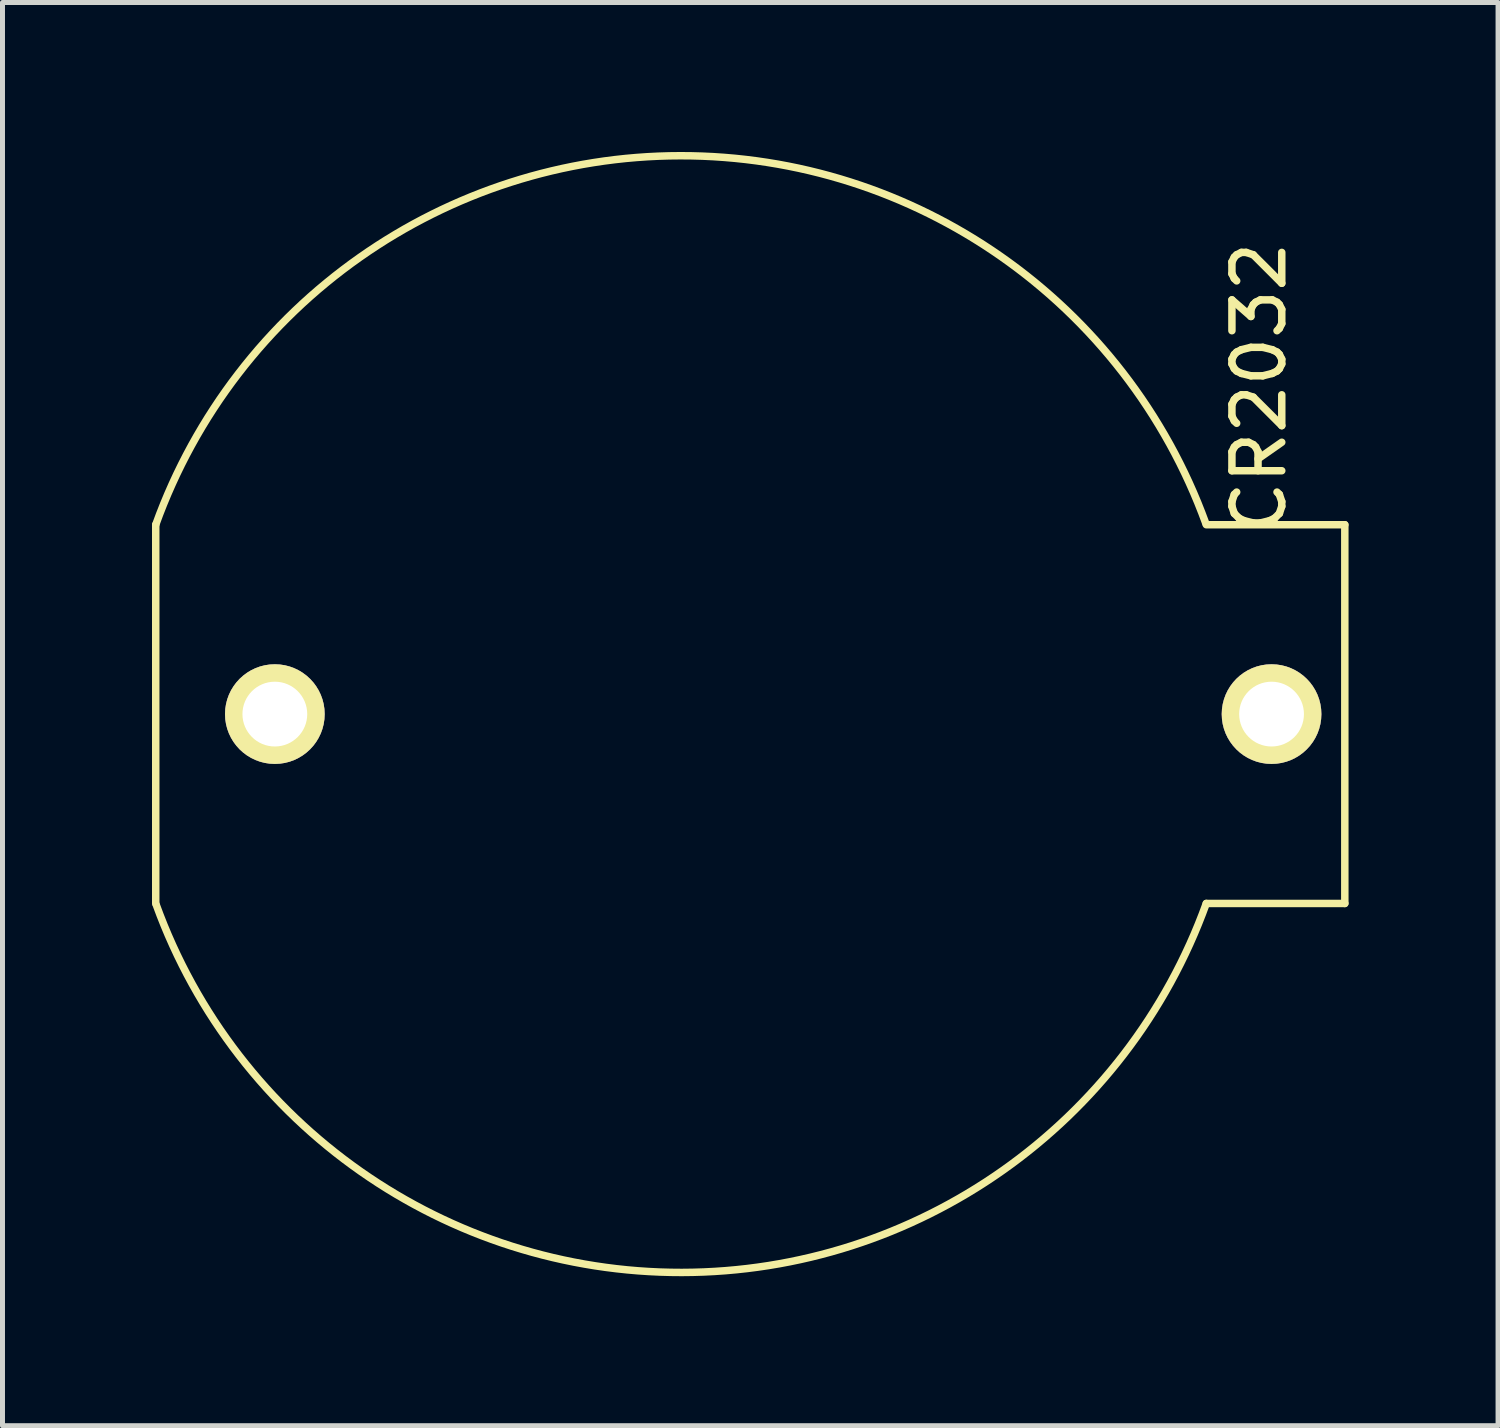
<source format=kicad_pcb>
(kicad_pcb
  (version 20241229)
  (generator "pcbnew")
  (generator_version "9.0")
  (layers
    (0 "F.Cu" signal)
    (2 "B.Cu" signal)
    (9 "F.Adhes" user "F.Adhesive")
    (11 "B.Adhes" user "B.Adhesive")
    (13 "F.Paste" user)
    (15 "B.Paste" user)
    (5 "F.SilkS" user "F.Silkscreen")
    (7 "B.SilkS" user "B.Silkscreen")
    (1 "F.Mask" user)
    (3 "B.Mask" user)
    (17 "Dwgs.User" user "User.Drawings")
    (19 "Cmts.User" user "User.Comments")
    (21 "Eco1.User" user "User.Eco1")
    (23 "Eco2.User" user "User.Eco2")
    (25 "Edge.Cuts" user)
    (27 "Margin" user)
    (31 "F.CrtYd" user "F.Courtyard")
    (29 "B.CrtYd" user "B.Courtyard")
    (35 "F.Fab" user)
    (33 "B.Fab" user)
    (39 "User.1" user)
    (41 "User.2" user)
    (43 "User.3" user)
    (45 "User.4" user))
  (footprint "CR2032"
    (layer "F.Cu")
    (at 10.615 11.279)
    (property "Reference" "CR2032" (at 11.6 -6.55 90) (layer "F.SilkS") (effects (font (size 1 1) (thickness 0.15))))
    (attr through_hole)
    (fp_line (start -10.54 3.8) (end -10.54 -3.8) (stroke (width 0.15) (type solid)) (layer "F.SilkS"))
    (fp_line (start 10.54 -3.8) (end 13.32 -3.8) (stroke (width 0.15) (type solid)) (layer "F.SilkS"))
    (fp_line (start 13.32 -3.8) (end 13.32 3.8) (stroke (width 0.15) (type solid)) (layer "F.SilkS"))
    (fp_line (start 13.32 3.8) (end 10.54 3.8) (stroke (width 0.15) (type solid)) (layer "F.SilkS"))
    (fp_arc (start -10.54 -3.8) (mid -0.014506 -11.204079) (end 10.530125 -3.827279) (stroke (width 0.15) (type solid)) (layer "F.SilkS"))
    (fp_arc (start 10.54 3.8) (mid 0.014506 11.204079) (end -10.530125 3.827279) (stroke (width 0.15) (type solid)) (layer "F.SilkS"))
    (pad "1" thru_hole circle (at 11.85 0) (size 2 2) (drill 1.3) (layers "*.Cu" "*.Mask" "F.SilkS"))
    (pad "2" thru_hole circle (at -8.15 0) (size 2 2) (drill 1.3) (layers "*.Cu" "*.Mask" "F.SilkS")))
  (gr_rect
    (start -3 -3)
    (end 27.01 25.558)
    (stroke (width 0.1) (type default))
    (fill no)
    (layer "Edge.Cuts")))
</source>
